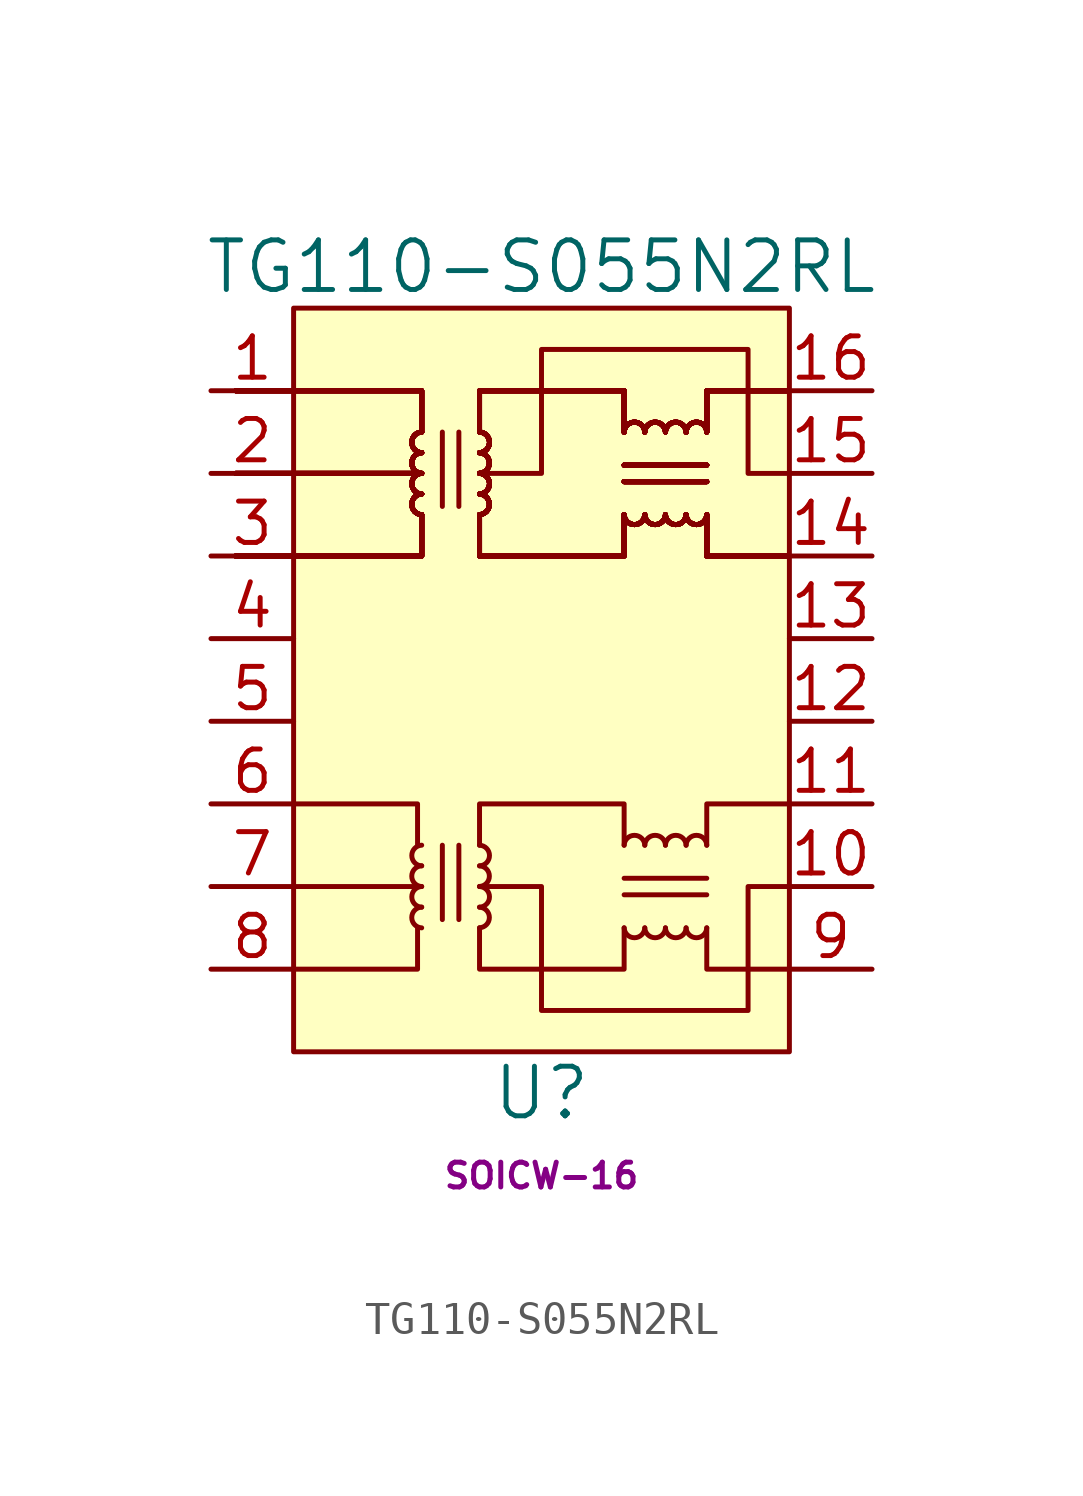
<source format=kicad_sym>
(kicad_symbol_lib
  (version 20220914)
  (generator kicad_symbol_editor)
  (symbol "TG110-S055N2RL"
    (pin_names
      (offset 1.016))
    (property "Reference" "U"
      (at 1.27 -12.7 0)
      (effects (font (size 1.524 1.524))))
    (property "Value" "TG110-S055N2RL"
      (at 1.27 12.7 0)
      (effects (font (size 1.524 1.524))))
    (property "Footprint" "SOICW-16"
      (at 1.27 -15.24 0)
      (effects (font (size 0.762 0.762))))
    (property "Datasheet" ""
      (at 0 0 0)
      (effects (font (size 1.524 1.524))))
    (symbol "TG110-S055N2RL_0_1"
      (arc (start -2.413 -6.985) (mid -2.7181 -7.3025) (end -2.413 -7.62) (stroke (width 0) (type default)) (fill (type none)))
      (arc (start -2.413 -6.35) (mid -2.7181 -6.6675) (end -2.413 -6.985) (stroke (width 0) (type default)) (fill (type none)))
      (arc (start -2.413 -5.715) (mid -2.7181 -6.0325) (end -2.413 -6.35) (stroke (width 0) (type default)) (fill (type none)))
      (arc (start -2.413 -5.08) (mid -2.7181 -5.3975) (end -2.413 -5.715) (stroke (width 0) (type default)) (fill (type none)))
      (arc (start -2.413 5.715) (mid -2.7181 5.3975) (end -2.413 5.08) (stroke (width 0) (type default)) (fill (type none)))
      (arc (start -2.413 5.715) (mid -2.7181 5.3975) (end -2.413 5.08) (stroke (width 0) (type default)) (fill (type none)))
      (arc (start -2.413 5.715) (mid -2.7181 5.3975) (end -2.413 5.08) (stroke (width 0) (type default)) (fill (type none)))
      (arc (start -2.413 5.715) (mid -2.7181 5.3975) (end -2.413 5.08) (stroke (width 0) (type default)) (fill (type none)))
      (arc (start -2.413 5.715) (mid -2.7181 5.3975) (end -2.413 5.08) (stroke (width 0) (type default)) (fill (type none)))
      (arc (start -2.413 5.715) (mid -2.7181 5.3975) (end -2.413 5.08) (stroke (width 0) (type default)) (fill (type none)))
      (arc (start -2.413 5.715) (mid -2.7181 5.3975) (end -2.413 5.08) (stroke (width 0) (type default)) (fill (type none)))
      (arc (start -2.413 5.715) (mid -2.7181 5.3975) (end -2.413 5.08) (stroke (width 0) (type default)) (fill (type none)))
      (arc (start -2.413 5.715) (mid -2.7181 5.3975) (end -2.413 5.08) (stroke (width 0) (type default)) (fill (type none)))
      (arc (start -2.413 5.715) (mid -2.7181 5.3975) (end -2.413 5.08) (stroke (width 0) (type default)) (fill (type none)))
      (arc (start -2.413 5.715) (mid -2.7181 5.3975) (end -2.413 5.08) (stroke (width 0) (type default)) (fill (type none)))
      (arc (start -2.413 5.715) (mid -2.7181 5.3975) (end -2.413 5.08) (stroke (width 0) (type default)) (fill (type none)))
      (arc (start -2.413 5.715) (mid -2.7181 5.3975) (end -2.413 5.08) (stroke (width 0) (type default)) (fill (type none)))
      (arc (start -2.413 5.715) (mid -2.7181 5.3975) (end -2.413 5.08) (stroke (width 0) (type default)) (fill (type none)))
      (arc (start -2.413 5.715) (mid -2.7181 5.3975) (end -2.413 5.08) (stroke (width 0) (type default)) (fill (type none)))
      (arc (start -2.413 5.715) (mid -2.7181 5.3975) (end -2.413 5.08) (stroke (width 0) (type default)) (fill (type none)))
      (arc (start -2.413 6.35) (mid -2.7181 6.0325) (end -2.413 5.715) (stroke (width 0) (type default)) (fill (type none)))
      (arc (start -2.413 6.35) (mid -2.7181 6.0325) (end -2.413 5.715) (stroke (width 0) (type default)) (fill (type none)))
      (arc (start -2.413 6.35) (mid -2.7181 6.0325) (end -2.413 5.715) (stroke (width 0) (type default)) (fill (type none)))
      (arc (start -2.413 6.35) (mid -2.7181 6.0325) (end -2.413 5.715) (stroke (width 0) (type default)) (fill (type none)))
      (arc (start -2.413 6.35) (mid -2.7181 6.0325) (end -2.413 5.715) (stroke (width 0) (type default)) (fill (type none)))
      (arc (start -2.413 6.35) (mid -2.7181 6.0325) (end -2.413 5.715) (stroke (width 0) (type default)) (fill (type none)))
      (arc (start -2.413 6.35) (mid -2.7181 6.0325) (end -2.413 5.715) (stroke (width 0) (type default)) (fill (type none)))
      (arc (start -2.413 6.35) (mid -2.7181 6.0325) (end -2.413 5.715) (stroke (width 0) (type default)) (fill (type none)))
      (arc (start -2.413 6.35) (mid -2.7181 6.0325) (end -2.413 5.715) (stroke (width 0) (type default)) (fill (type none)))
      (arc (start -2.413 6.35) (mid -2.7181 6.0325) (end -2.413 5.715) (stroke (width 0) (type default)) (fill (type none)))
      (arc (start -2.413 6.35) (mid -2.7181 6.0325) (end -2.413 5.715) (stroke (width 0) (type default)) (fill (type none)))
      (arc (start -2.413 6.35) (mid -2.7181 6.0325) (end -2.413 5.715) (stroke (width 0) (type default)) (fill (type none)))
      (arc (start -2.413 6.35) (mid -2.7181 6.0325) (end -2.413 5.715) (stroke (width 0) (type default)) (fill (type none)))
      (arc (start -2.413 6.35) (mid -2.7181 6.0325) (end -2.413 5.715) (stroke (width 0) (type default)) (fill (type none)))
      (arc (start -2.413 6.35) (mid -2.7181 6.0325) (end -2.413 5.715) (stroke (width 0) (type default)) (fill (type none)))
      (arc (start -2.413 6.35) (mid -2.7181 6.0325) (end -2.413 5.715) (stroke (width 0) (type default)) (fill (type none)))
      (arc (start -2.413 6.985) (mid -2.7181 6.6675) (end -2.413 6.35) (stroke (width 0) (type default)) (fill (type none)))
      (arc (start -2.413 6.985) (mid -2.7181 6.6675) (end -2.413 6.35) (stroke (width 0) (type default)) (fill (type none)))
      (arc (start -2.413 6.985) (mid -2.7181 6.6675) (end -2.413 6.35) (stroke (width 0) (type default)) (fill (type none)))
      (arc (start -2.413 6.985) (mid -2.7181 6.6675) (end -2.413 6.35) (stroke (width 0) (type default)) (fill (type none)))
      (arc (start -2.413 6.985) (mid -2.7181 6.6675) (end -2.413 6.35) (stroke (width 0) (type default)) (fill (type none)))
      (arc (start -2.413 6.985) (mid -2.7181 6.6675) (end -2.413 6.35) (stroke (width 0) (type default)) (fill (type none)))
      (arc (start -2.413 6.985) (mid -2.7181 6.6675) (end -2.413 6.35) (stroke (width 0) (type default)) (fill (type none)))
      (arc (start -2.413 6.985) (mid -2.7181 6.6675) (end -2.413 6.35) (stroke (width 0) (type default)) (fill (type none)))
      (arc (start -2.413 6.985) (mid -2.7181 6.6675) (end -2.413 6.35) (stroke (width 0) (type default)) (fill (type none)))
      (arc (start -2.413 6.985) (mid -2.7181 6.6675) (end -2.413 6.35) (stroke (width 0) (type default)) (fill (type none)))
      (arc (start -2.413 6.985) (mid -2.7181 6.6675) (end -2.413 6.35) (stroke (width 0) (type default)) (fill (type none)))
      (arc (start -2.413 6.985) (mid -2.7181 6.6675) (end -2.413 6.35) (stroke (width 0) (type default)) (fill (type none)))
      (arc (start -2.413 6.985) (mid -2.7181 6.6675) (end -2.413 6.35) (stroke (width 0) (type default)) (fill (type none)))
      (arc (start -2.413 6.985) (mid -2.7181 6.6675) (end -2.413 6.35) (stroke (width 0) (type default)) (fill (type none)))
      (arc (start -2.413 6.985) (mid -2.7181 6.6675) (end -2.413 6.35) (stroke (width 0) (type default)) (fill (type none)))
      (arc (start -2.413 6.985) (mid -2.7181 6.6675) (end -2.413 6.35) (stroke (width 0) (type default)) (fill (type none)))
      (arc (start -2.413 7.62) (mid -2.7181 7.3025) (end -2.413 6.985) (stroke (width 0) (type default)) (fill (type none)))
      (arc (start -2.413 7.62) (mid -2.7181 7.3025) (end -2.413 6.985) (stroke (width 0) (type default)) (fill (type none)))
      (arc (start -2.413 7.62) (mid -2.7181 7.3025) (end -2.413 6.985) (stroke (width 0) (type default)) (fill (type none)))
      (arc (start -2.413 7.62) (mid -2.7181 7.3025) (end -2.413 6.985) (stroke (width 0) (type default)) (fill (type none)))
      (arc (start -2.413 7.62) (mid -2.7181 7.3025) (end -2.413 6.985) (stroke (width 0) (type default)) (fill (type none)))
      (arc (start -2.413 7.62) (mid -2.7181 7.3025) (end -2.413 6.985) (stroke (width 0) (type default)) (fill (type none)))
      (arc (start -2.413 7.62) (mid -2.7181 7.3025) (end -2.413 6.985) (stroke (width 0) (type default)) (fill (type none)))
      (arc (start -2.413 7.62) (mid -2.7181 7.3025) (end -2.413 6.985) (stroke (width 0) (type default)) (fill (type none)))
      (arc (start -2.413 7.62) (mid -2.7181 7.3025) (end -2.413 6.985) (stroke (width 0) (type default)) (fill (type none)))
      (arc (start -2.413 7.62) (mid -2.7181 7.3025) (end -2.413 6.985) (stroke (width 0) (type default)) (fill (type none)))
      (arc (start -2.413 7.62) (mid -2.7181 7.3025) (end -2.413 6.985) (stroke (width 0) (type default)) (fill (type none)))
      (arc (start -2.413 7.62) (mid -2.7181 7.3025) (end -2.413 6.985) (stroke (width 0) (type default)) (fill (type none)))
      (arc (start -2.413 7.62) (mid -2.7181 7.3025) (end -2.413 6.985) (stroke (width 0) (type default)) (fill (type none)))
      (arc (start -2.413 7.62) (mid -2.7181 7.3025) (end -2.413 6.985) (stroke (width 0) (type default)) (fill (type none)))
      (arc (start -2.413 7.62) (mid -2.7181 7.3025) (end -2.413 6.985) (stroke (width 0) (type default)) (fill (type none)))
      (arc (start -2.413 7.62) (mid -2.7181 7.3025) (end -2.413 6.985) (stroke (width 0) (type default)) (fill (type none)))
      (arc (start -0.635 -7.62) (mid -0.3299 -7.3025) (end -0.635 -6.985) (stroke (width 0) (type default)) (fill (type none)))
      (arc (start -0.635 -6.985) (mid -0.3299 -6.6675) (end -0.635 -6.35) (stroke (width 0) (type default)) (fill (type none)))
      (arc (start -0.635 -6.35) (mid -0.3299 -6.0325) (end -0.635 -5.715) (stroke (width 0) (type default)) (fill (type none)))
      (arc (start -0.635 -5.715) (mid -0.3299 -5.3975) (end -0.635 -5.08) (stroke (width 0) (type default)) (fill (type none)))
      (arc (start -0.635 5.08) (mid -0.3299 5.3975) (end -0.635 5.715) (stroke (width 0) (type default)) (fill (type none)))
      (arc (start -0.635 5.08) (mid -0.3299 5.3975) (end -0.635 5.715) (stroke (width 0) (type default)) (fill (type none)))
      (arc (start -0.635 5.08) (mid -0.3299 5.3975) (end -0.635 5.715) (stroke (width 0) (type default)) (fill (type none)))
      (arc (start -0.635 5.08) (mid -0.3299 5.3975) (end -0.635 5.715) (stroke (width 0) (type default)) (fill (type none)))
      (arc (start -0.635 5.08) (mid -0.3299 5.3975) (end -0.635 5.715) (stroke (width 0) (type default)) (fill (type none)))
      (arc (start -0.635 5.08) (mid -0.3299 5.3975) (end -0.635 5.715) (stroke (width 0) (type default)) (fill (type none)))
      (arc (start -0.635 5.08) (mid -0.3299 5.3975) (end -0.635 5.715) (stroke (width 0) (type default)) (fill (type none)))
      (arc (start -0.635 5.08) (mid -0.3299 5.3975) (end -0.635 5.715) (stroke (width 0) (type default)) (fill (type none)))
      (arc (start -0.635 5.08) (mid -0.3299 5.3975) (end -0.635 5.715) (stroke (width 0) (type default)) (fill (type none)))
      (arc (start -0.635 5.08) (mid -0.3299 5.3975) (end -0.635 5.715) (stroke (width 0) (type default)) (fill (type none)))
      (arc (start -0.635 5.08) (mid -0.3299 5.3975) (end -0.635 5.715) (stroke (width 0) (type default)) (fill (type none)))
      (arc (start -0.635 5.08) (mid -0.3299 5.3975) (end -0.635 5.715) (stroke (width 0) (type default)) (fill (type none)))
      (arc (start -0.635 5.08) (mid -0.3299 5.3975) (end -0.635 5.715) (stroke (width 0) (type default)) (fill (type none)))
      (arc (start -0.635 5.08) (mid -0.3299 5.3975) (end -0.635 5.715) (stroke (width 0) (type default)) (fill (type none)))
      (arc (start -0.635 5.08) (mid -0.3299 5.3975) (end -0.635 5.715) (stroke (width 0) (type default)) (fill (type none)))
      (arc (start -0.635 5.08) (mid -0.3299 5.3975) (end -0.635 5.715) (stroke (width 0) (type default)) (fill (type none)))
      (arc (start -0.635 5.715) (mid -0.3299 6.0325) (end -0.635 6.35) (stroke (width 0) (type default)) (fill (type none)))
      (arc (start -0.635 5.715) (mid -0.3299 6.0325) (end -0.635 6.35) (stroke (width 0) (type default)) (fill (type none)))
      (arc (start -0.635 5.715) (mid -0.3299 6.0325) (end -0.635 6.35) (stroke (width 0) (type default)) (fill (type none)))
      (arc (start -0.635 5.715) (mid -0.3299 6.0325) (end -0.635 6.35) (stroke (width 0) (type default)) (fill (type none)))
      (arc (start -0.635 5.715) (mid -0.3299 6.0325) (end -0.635 6.35) (stroke (width 0) (type default)) (fill (type none)))
      (arc (start -0.635 5.715) (mid -0.3299 6.0325) (end -0.635 6.35) (stroke (width 0) (type default)) (fill (type none)))
      (arc (start -0.635 5.715) (mid -0.3299 6.0325) (end -0.635 6.35) (stroke (width 0) (type default)) (fill (type none)))
      (arc (start -0.635 5.715) (mid -0.3299 6.0325) (end -0.635 6.35) (stroke (width 0) (type default)) (fill (type none)))
      (arc (start -0.635 5.715) (mid -0.3299 6.0325) (end -0.635 6.35) (stroke (width 0) (type default)) (fill (type none)))
      (arc (start -0.635 5.715) (mid -0.3299 6.0325) (end -0.635 6.35) (stroke (width 0) (type default)) (fill (type none)))
      (arc (start -0.635 5.715) (mid -0.3299 6.0325) (end -0.635 6.35) (stroke (width 0) (type default)) (fill (type none)))
      (arc (start -0.635 5.715) (mid -0.3299 6.0325) (end -0.635 6.35) (stroke (width 0) (type default)) (fill (type none)))
      (arc (start -0.635 5.715) (mid -0.3299 6.0325) (end -0.635 6.35) (stroke (width 0) (type default)) (fill (type none)))
      (arc (start -0.635 5.715) (mid -0.3299 6.0325) (end -0.635 6.35) (stroke (width 0) (type default)) (fill (type none)))
      (arc (start -0.635 5.715) (mid -0.3299 6.0325) (end -0.635 6.35) (stroke (width 0) (type default)) (fill (type none)))
      (arc (start -0.635 5.715) (mid -0.3299 6.0325) (end -0.635 6.35) (stroke (width 0) (type default)) (fill (type none)))
      (arc (start -0.635 6.35) (mid -0.3299 6.6675) (end -0.635 6.985) (stroke (width 0) (type default)) (fill (type none)))
      (arc (start -0.635 6.35) (mid -0.3299 6.6675) (end -0.635 6.985) (stroke (width 0) (type default)) (fill (type none)))
      (arc (start -0.635 6.35) (mid -0.3299 6.6675) (end -0.635 6.985) (stroke (width 0) (type default)) (fill (type none)))
      (arc (start -0.635 6.35) (mid -0.3299 6.6675) (end -0.635 6.985) (stroke (width 0) (type default)) (fill (type none)))
      (arc (start -0.635 6.35) (mid -0.3299 6.6675) (end -0.635 6.985) (stroke (width 0) (type default)) (fill (type none)))
      (arc (start -0.635 6.35) (mid -0.3299 6.6675) (end -0.635 6.985) (stroke (width 0) (type default)) (fill (type none)))
      (arc (start -0.635 6.35) (mid -0.3299 6.6675) (end -0.635 6.985) (stroke (width 0) (type default)) (fill (type none)))
      (arc (start -0.635 6.35) (mid -0.3299 6.6675) (end -0.635 6.985) (stroke (width 0) (type default)) (fill (type none)))
      (arc (start -0.635 6.35) (mid -0.3299 6.6675) (end -0.635 6.985) (stroke (width 0) (type default)) (fill (type none)))
      (arc (start -0.635 6.35) (mid -0.3299 6.6675) (end -0.635 6.985) (stroke (width 0) (type default)) (fill (type none)))
      (arc (start -0.635 6.35) (mid -0.3299 6.6675) (end -0.635 6.985) (stroke (width 0) (type default)) (fill (type none)))
      (arc (start -0.635 6.35) (mid -0.3299 6.6675) (end -0.635 6.985) (stroke (width 0) (type default)) (fill (type none)))
      (arc (start -0.635 6.35) (mid -0.3299 6.6675) (end -0.635 6.985) (stroke (width 0) (type default)) (fill (type none)))
      (arc (start -0.635 6.35) (mid -0.3299 6.6675) (end -0.635 6.985) (stroke (width 0) (type default)) (fill (type none)))
      (arc (start -0.635 6.35) (mid -0.3299 6.6675) (end -0.635 6.985) (stroke (width 0) (type default)) (fill (type none)))
      (arc (start -0.635 6.35) (mid -0.3299 6.6675) (end -0.635 6.985) (stroke (width 0) (type default)) (fill (type none)))
      (arc (start -0.635 6.985) (mid -0.3299 7.3025) (end -0.635 7.62) (stroke (width 0) (type default)) (fill (type none)))
      (arc (start -0.635 6.985) (mid -0.3299 7.3025) (end -0.635 7.62) (stroke (width 0) (type default)) (fill (type none)))
      (arc (start -0.635 6.985) (mid -0.3299 7.3025) (end -0.635 7.62) (stroke (width 0) (type default)) (fill (type none)))
      (arc (start -0.635 6.985) (mid -0.3299 7.3025) (end -0.635 7.62) (stroke (width 0) (type default)) (fill (type none)))
      (arc (start -0.635 6.985) (mid -0.3299 7.3025) (end -0.635 7.62) (stroke (width 0) (type default)) (fill (type none)))
      (arc (start -0.635 6.985) (mid -0.3299 7.3025) (end -0.635 7.62) (stroke (width 0) (type default)) (fill (type none)))
      (arc (start -0.635 6.985) (mid -0.3299 7.3025) (end -0.635 7.62) (stroke (width 0) (type default)) (fill (type none)))
      (arc (start -0.635 6.985) (mid -0.3299 7.3025) (end -0.635 7.62) (stroke (width 0) (type default)) (fill (type none)))
      (arc (start -0.635 6.985) (mid -0.3299 7.3025) (end -0.635 7.62) (stroke (width 0) (type default)) (fill (type none)))
      (arc (start -0.635 6.985) (mid -0.3299 7.3025) (end -0.635 7.62) (stroke (width 0) (type default)) (fill (type none)))
      (arc (start -0.635 6.985) (mid -0.3299 7.3025) (end -0.635 7.62) (stroke (width 0) (type default)) (fill (type none)))
      (arc (start -0.635 6.985) (mid -0.3299 7.3025) (end -0.635 7.62) (stroke (width 0) (type default)) (fill (type none)))
      (arc (start -0.635 6.985) (mid -0.3299 7.3025) (end -0.635 7.62) (stroke (width 0) (type default)) (fill (type none)))
      (arc (start -0.635 6.985) (mid -0.3299 7.3025) (end -0.635 7.62) (stroke (width 0) (type default)) (fill (type none)))
      (arc (start -0.635 6.985) (mid -0.3299 7.3025) (end -0.635 7.62) (stroke (width 0) (type default)) (fill (type none)))
      (arc (start -0.635 6.985) (mid -0.3299 7.3025) (end -0.635 7.62) (stroke (width 0) (type default)) (fill (type none)))
      (polyline (pts (xy -6.35 -6.35) (xy -2.54 -6.35) (xy -2.54 -6.35)) (stroke (width 0) (type default)) (fill (type none)))
      (polyline (pts (xy -2.413 6.35) (xy -8.128 6.35) (xy -8.128 6.35)) (stroke (width 0) (type default)) (fill (type none)))
      (polyline (pts (xy -2.413 6.35) (xy -8.128 6.35) (xy -8.128 6.35)) (stroke (width 0) (type default)) (fill (type none)))
      (polyline (pts (xy -2.413 6.35) (xy -8.128 6.35) (xy -8.128 6.35)) (stroke (width 0) (type default)) (fill (type none)))
      (polyline (pts (xy -2.413 6.35) (xy -8.128 6.35) (xy -8.128 6.35)) (stroke (width 0) (type default)) (fill (type none)))
      (polyline (pts (xy -2.413 6.35) (xy -8.128 6.35) (xy -8.128 6.35)) (stroke (width 0) (type default)) (fill (type none)))
      (polyline (pts (xy -2.413 6.35) (xy -8.128 6.35) (xy -8.128 6.35)) (stroke (width 0) (type default)) (fill (type none)))
      (polyline (pts (xy -2.413 6.35) (xy -8.128 6.35) (xy -8.128 6.35)) (stroke (width 0) (type default)) (fill (type none)))
      (polyline (pts (xy -2.413 6.35) (xy -8.128 6.35) (xy -8.128 6.35)) (stroke (width 0) (type default)) (fill (type none)))
      (polyline (pts (xy -2.413 6.35) (xy -8.128 6.35) (xy -8.128 6.35)) (stroke (width 0) (type default)) (fill (type none)))
      (polyline (pts (xy -2.413 6.35) (xy -8.128 6.35) (xy -8.128 6.35)) (stroke (width 0) (type default)) (fill (type none)))
      (polyline (pts (xy -2.413 6.35) (xy -8.128 6.35) (xy -8.128 6.35)) (stroke (width 0) (type default)) (fill (type none)))
      (polyline (pts (xy -2.413 6.35) (xy -8.128 6.35) (xy -8.128 6.35)) (stroke (width 0) (type default)) (fill (type none)))
      (polyline (pts (xy -2.413 6.35) (xy -8.128 6.35) (xy -8.128 6.35)) (stroke (width 0) (type default)) (fill (type none)))
      (polyline (pts (xy -2.413 6.35) (xy -8.128 6.35) (xy -8.128 6.35)) (stroke (width 0) (type default)) (fill (type none)))
      (polyline (pts (xy -2.413 6.35) (xy -8.128 6.35) (xy -8.128 6.35)) (stroke (width 0) (type default)) (fill (type none)))
      (polyline (pts (xy -2.413 6.35) (xy -8.128 6.35) (xy -8.128 6.35)) (stroke (width 0) (type default)) (fill (type none)))
      (polyline (pts (xy -1.778 -5.08) (xy -1.778 -7.366) (xy -1.778 -7.366)) (stroke (width 0) (type default)) (fill (type none)))
      (polyline (pts (xy -1.778 7.62) (xy -1.778 5.334) (xy -1.778 5.334)) (stroke (width 0) (type default)) (fill (type none)))
      (polyline (pts (xy -1.27 -5.08) (xy -1.27 -7.366) (xy -1.27 -7.366)) (stroke (width 0) (type default)) (fill (type none)))
      (polyline (pts (xy -1.27 7.62) (xy -1.27 5.334) (xy -1.27 5.334)) (stroke (width 0) (type default)) (fill (type none)))
      (polyline (pts (xy 6.35 -6.604) (xy 3.81 -6.604) (xy 3.81 -6.604)) (stroke (width 0) (type default)) (fill (type none)))
      (polyline (pts (xy 6.35 -6.096) (xy 3.81 -6.096) (xy 3.81 -6.096)) (stroke (width 0) (type default)) (fill (type none)))
      (polyline (pts (xy 6.35 6.096) (xy 3.81 6.096) (xy 3.81 6.096)) (stroke (width 0) (type default)) (fill (type none)))
      (polyline (pts (xy 6.35 6.096) (xy 3.81 6.096) (xy 3.81 6.096)) (stroke (width 0) (type default)) (fill (type none)))
      (polyline (pts (xy 6.35 6.096) (xy 3.81 6.096) (xy 3.81 6.096)) (stroke (width 0) (type default)) (fill (type none)))
      (polyline (pts (xy 6.35 6.096) (xy 3.81 6.096) (xy 3.81 6.096)) (stroke (width 0) (type default)) (fill (type none)))
      (polyline (pts (xy 6.35 6.096) (xy 3.81 6.096) (xy 3.81 6.096)) (stroke (width 0) (type default)) (fill (type none)))
      (polyline (pts (xy 6.35 6.096) (xy 3.81 6.096) (xy 3.81 6.096)) (stroke (width 0) (type default)) (fill (type none)))
      (polyline (pts (xy 6.35 6.096) (xy 3.81 6.096) (xy 3.81 6.096)) (stroke (width 0) (type default)) (fill (type none)))
      (polyline (pts (xy 6.35 6.096) (xy 3.81 6.096) (xy 3.81 6.096)) (stroke (width 0) (type default)) (fill (type none)))
      (polyline (pts (xy 6.35 6.096) (xy 3.81 6.096) (xy 3.81 6.096)) (stroke (width 0) (type default)) (fill (type none)))
      (polyline (pts (xy 6.35 6.096) (xy 3.81 6.096) (xy 3.81 6.096)) (stroke (width 0) (type default)) (fill (type none)))
      (polyline (pts (xy 6.35 6.096) (xy 3.81 6.096) (xy 3.81 6.096)) (stroke (width 0) (type default)) (fill (type none)))
      (polyline (pts (xy 6.35 6.096) (xy 3.81 6.096) (xy 3.81 6.096)) (stroke (width 0) (type default)) (fill (type none)))
      (polyline (pts (xy 6.35 6.096) (xy 3.81 6.096) (xy 3.81 6.096)) (stroke (width 0) (type default)) (fill (type none)))
      (polyline (pts (xy 6.35 6.096) (xy 3.81 6.096) (xy 3.81 6.096)) (stroke (width 0) (type default)) (fill (type none)))
      (polyline (pts (xy 6.35 6.096) (xy 3.81 6.096) (xy 3.81 6.096)) (stroke (width 0) (type default)) (fill (type none)))
      (polyline (pts (xy 6.35 6.096) (xy 3.81 6.096) (xy 3.81 6.096)) (stroke (width 0) (type default)) (fill (type none)))
      (polyline (pts (xy 6.35 6.604) (xy 3.81 6.604) (xy 3.81 6.604)) (stroke (width 0) (type default)) (fill (type none)))
      (polyline (pts (xy 6.35 6.604) (xy 3.81 6.604) (xy 3.81 6.604)) (stroke (width 0) (type default)) (fill (type none)))
      (polyline (pts (xy 6.35 6.604) (xy 3.81 6.604) (xy 3.81 6.604)) (stroke (width 0) (type default)) (fill (type none)))
      (polyline (pts (xy 6.35 6.604) (xy 3.81 6.604) (xy 3.81 6.604)) (stroke (width 0) (type default)) (fill (type none)))
      (polyline (pts (xy 6.35 6.604) (xy 3.81 6.604) (xy 3.81 6.604)) (stroke (width 0) (type default)) (fill (type none)))
      (polyline (pts (xy 6.35 6.604) (xy 3.81 6.604) (xy 3.81 6.604)) (stroke (width 0) (type default)) (fill (type none)))
      (polyline (pts (xy 6.35 6.604) (xy 3.81 6.604) (xy 3.81 6.604)) (stroke (width 0) (type default)) (fill (type none)))
      (polyline (pts (xy 6.35 6.604) (xy 3.81 6.604) (xy 3.81 6.604)) (stroke (width 0) (type default)) (fill (type none)))
      (polyline (pts (xy 6.35 6.604) (xy 3.81 6.604) (xy 3.81 6.604)) (stroke (width 0) (type default)) (fill (type none)))
      (polyline (pts (xy 6.35 6.604) (xy 3.81 6.604) (xy 3.81 6.604)) (stroke (width 0) (type default)) (fill (type none)))
      (polyline (pts (xy 6.35 6.604) (xy 3.81 6.604) (xy 3.81 6.604)) (stroke (width 0) (type default)) (fill (type none)))
      (polyline (pts (xy 6.35 6.604) (xy 3.81 6.604) (xy 3.81 6.604)) (stroke (width 0) (type default)) (fill (type none)))
      (polyline (pts (xy 6.35 6.604) (xy 3.81 6.604) (xy 3.81 6.604)) (stroke (width 0) (type default)) (fill (type none)))
      (polyline (pts (xy 6.35 6.604) (xy 3.81 6.604) (xy 3.81 6.604)) (stroke (width 0) (type default)) (fill (type none)))
      (polyline (pts (xy 6.35 6.604) (xy 3.81 6.604) (xy 3.81 6.604)) (stroke (width 0) (type default)) (fill (type none)))
      (polyline (pts (xy 6.35 6.604) (xy 3.81 6.604) (xy 3.81 6.604)) (stroke (width 0) (type default)) (fill (type none)))
      (polyline (pts (xy -8.128 3.81) (xy -2.413 3.81) (xy -2.413 5.08) (xy -2.413 5.08)) (stroke (width 0) (type default)) (fill (type none)))
      (polyline (pts (xy -8.128 3.81) (xy -2.413 3.81) (xy -2.413 5.08) (xy -2.413 5.08)) (stroke (width 0) (type default)) (fill (type none)))
      (polyline (pts (xy -8.128 3.81) (xy -2.413 3.81) (xy -2.413 5.08) (xy -2.413 5.08)) (stroke (width 0) (type default)) (fill (type none)))
      (polyline (pts (xy -8.128 3.81) (xy -2.413 3.81) (xy -2.413 5.08) (xy -2.413 5.08)) (stroke (width 0) (type default)) (fill (type none)))
      (polyline (pts (xy -8.128 3.81) (xy -2.413 3.81) (xy -2.413 5.08) (xy -2.413 5.08)) (stroke (width 0) (type default)) (fill (type none)))
      (polyline (pts (xy -8.128 3.81) (xy -2.413 3.81) (xy -2.413 5.08) (xy -2.413 5.08)) (stroke (width 0) (type default)) (fill (type none)))
      (polyline (pts (xy -8.128 3.81) (xy -2.413 3.81) (xy -2.413 5.08) (xy -2.413 5.08)) (stroke (width 0) (type default)) (fill (type none)))
      (polyline (pts (xy -8.128 3.81) (xy -2.413 3.81) (xy -2.413 5.08) (xy -2.413 5.08)) (stroke (width 0) (type default)) (fill (type none)))
      (polyline (pts (xy -8.128 3.81) (xy -2.413 3.81) (xy -2.413 5.08) (xy -2.413 5.08)) (stroke (width 0) (type default)) (fill (type none)))
      (polyline (pts (xy -8.128 3.81) (xy -2.413 3.81) (xy -2.413 5.08) (xy -2.413 5.08)) (stroke (width 0) (type default)) (fill (type none)))
      (polyline (pts (xy -8.128 3.81) (xy -2.413 3.81) (xy -2.413 5.08) (xy -2.413 5.08)) (stroke (width 0) (type default)) (fill (type none)))
      (polyline (pts (xy -8.128 3.81) (xy -2.413 3.81) (xy -2.413 5.08) (xy -2.413 5.08)) (stroke (width 0) (type default)) (fill (type none)))
      (polyline (pts (xy -8.128 3.81) (xy -2.413 3.81) (xy -2.413 5.08) (xy -2.413 5.08)) (stroke (width 0) (type default)) (fill (type none)))
      (polyline (pts (xy -8.128 3.81) (xy -2.413 3.81) (xy -2.413 5.08) (xy -2.413 5.08)) (stroke (width 0) (type default)) (fill (type none)))
      (polyline (pts (xy -8.128 3.81) (xy -2.413 3.81) (xy -2.413 5.08) (xy -2.413 5.08)) (stroke (width 0) (type default)) (fill (type none)))
      (polyline (pts (xy -8.128 3.81) (xy -2.413 3.81) (xy -2.413 5.08) (xy -2.413 5.08)) (stroke (width 0) (type default)) (fill (type none)))
      (polyline (pts (xy -6.35 -8.89) (xy -2.54 -8.89) (xy -2.54 -7.62) (xy -2.54 -7.62)) (stroke (width 0) (type default)) (fill (type none)))
      (polyline (pts (xy -2.54 -5.08) (xy -2.54 -3.81) (xy -6.35 -3.81) (xy -6.35 -3.81)) (stroke (width 0) (type default)) (fill (type none)))
      (polyline (pts (xy -2.413 7.62) (xy -2.413 8.89) (xy -8.128 8.89) (xy -8.128 8.89)) (stroke (width 0) (type default)) (fill (type none)))
      (polyline (pts (xy -2.413 7.62) (xy -2.413 8.89) (xy -8.128 8.89) (xy -8.128 8.89)) (stroke (width 0) (type default)) (fill (type none)))
      (polyline (pts (xy -2.413 7.62) (xy -2.413 8.89) (xy -8.128 8.89) (xy -8.128 8.89)) (stroke (width 0) (type default)) (fill (type none)))
      (polyline (pts (xy -2.413 7.62) (xy -2.413 8.89) (xy -8.128 8.89) (xy -8.128 8.89)) (stroke (width 0) (type default)) (fill (type none)))
      (polyline (pts (xy -2.413 7.62) (xy -2.413 8.89) (xy -8.128 8.89) (xy -8.128 8.89)) (stroke (width 0) (type default)) (fill (type none)))
      (polyline (pts (xy -2.413 7.62) (xy -2.413 8.89) (xy -8.128 8.89) (xy -8.128 8.89)) (stroke (width 0) (type default)) (fill (type none)))
      (polyline (pts (xy -2.413 7.62) (xy -2.413 8.89) (xy -8.128 8.89) (xy -8.128 8.89)) (stroke (width 0) (type default)) (fill (type none)))
      (polyline (pts (xy -2.413 7.62) (xy -2.413 8.89) (xy -8.128 8.89) (xy -8.128 8.89)) (stroke (width 0) (type default)) (fill (type none)))
      (polyline (pts (xy -2.413 7.62) (xy -2.413 8.89) (xy -8.128 8.89) (xy -8.128 8.89)) (stroke (width 0) (type default)) (fill (type none)))
      (polyline (pts (xy -2.413 7.62) (xy -2.413 8.89) (xy -8.128 8.89) (xy -8.128 8.89)) (stroke (width 0) (type default)) (fill (type none)))
      (polyline (pts (xy -2.413 7.62) (xy -2.413 8.89) (xy -8.128 8.89) (xy -8.128 8.89)) (stroke (width 0) (type default)) (fill (type none)))
      (polyline (pts (xy -2.413 7.62) (xy -2.413 8.89) (xy -8.128 8.89) (xy -8.128 8.89)) (stroke (width 0) (type default)) (fill (type none)))
      (polyline (pts (xy -2.413 7.62) (xy -2.413 8.89) (xy -8.128 8.89) (xy -8.128 8.89)) (stroke (width 0) (type default)) (fill (type none)))
      (polyline (pts (xy -2.413 7.62) (xy -2.413 8.89) (xy -8.128 8.89) (xy -8.128 8.89)) (stroke (width 0) (type default)) (fill (type none)))
      (polyline (pts (xy 8.89 -8.89) (xy 6.35 -8.89) (xy 6.35 -7.62) (xy 6.35 -7.62)) (stroke (width 0) (type default)) (fill (type none)))
      (polyline (pts (xy 8.89 -3.81) (xy 6.35 -3.81) (xy 6.35 -5.08) (xy 6.35 -5.08)) (stroke (width 0) (type default)) (fill (type none)))
      (polyline (pts (xy 8.89 3.81) (xy 6.35 3.81) (xy 6.35 5.08) (xy 6.35 5.08)) (stroke (width 0) (type default)) (fill (type none)))
      (polyline (pts (xy 8.89 3.81) (xy 6.35 3.81) (xy 6.35 5.08) (xy 6.35 5.08)) (stroke (width 0) (type default)) (fill (type none)))
      (polyline (pts (xy 8.89 3.81) (xy 6.35 3.81) (xy 6.35 5.08) (xy 6.35 5.08)) (stroke (width 0) (type default)) (fill (type none)))
      (polyline (pts (xy 8.89 3.81) (xy 6.35 3.81) (xy 6.35 5.08) (xy 6.35 5.08)) (stroke (width 0) (type default)) (fill (type none)))
      (polyline (pts (xy 8.89 3.81) (xy 6.35 3.81) (xy 6.35 5.08) (xy 6.35 5.08)) (stroke (width 0) (type default)) (fill (type none)))
      (polyline (pts (xy 8.89 3.81) (xy 6.35 3.81) (xy 6.35 5.08) (xy 6.35 5.08)) (stroke (width 0) (type default)) (fill (type none)))
      (polyline (pts (xy 8.89 3.81) (xy 6.35 3.81) (xy 6.35 5.08) (xy 6.35 5.08)) (stroke (width 0) (type default)) (fill (type none)))
      (polyline (pts (xy 8.89 3.81) (xy 6.35 3.81) (xy 6.35 5.08) (xy 6.35 5.08)) (stroke (width 0) (type default)) (fill (type none)))
      (polyline (pts (xy 8.89 3.81) (xy 6.35 3.81) (xy 6.35 5.08) (xy 6.35 5.08)) (stroke (width 0) (type default)) (fill (type none)))
      (polyline (pts (xy 8.89 3.81) (xy 6.35 3.81) (xy 6.35 5.08) (xy 6.35 5.08)) (stroke (width 0) (type default)) (fill (type none)))
      (polyline (pts (xy 8.89 3.81) (xy 6.35 3.81) (xy 6.35 5.08) (xy 6.35 5.08)) (stroke (width 0) (type default)) (fill (type none)))
      (polyline (pts (xy 8.89 3.81) (xy 6.35 3.81) (xy 6.35 5.08) (xy 6.35 5.08)) (stroke (width 0) (type default)) (fill (type none)))
      (polyline (pts (xy 8.89 3.81) (xy 6.35 3.81) (xy 6.35 5.08) (xy 6.35 5.08)) (stroke (width 0) (type default)) (fill (type none)))
      (polyline (pts (xy 8.89 3.81) (xy 6.35 3.81) (xy 6.35 5.08) (xy 6.35 5.08)) (stroke (width 0) (type default)) (fill (type none)))
      (polyline (pts (xy 8.89 3.81) (xy 6.35 3.81) (xy 6.35 5.08) (xy 6.35 5.08)) (stroke (width 0) (type default)) (fill (type none)))
      (polyline (pts (xy 8.89 3.81) (xy 6.35 3.81) (xy 6.35 5.08) (xy 6.35 5.08)) (stroke (width 0) (type default)) (fill (type none)))
      (polyline (pts (xy 8.89 8.89) (xy 6.35 8.89) (xy 6.35 7.62) (xy 6.35 7.62)) (stroke (width 0) (type default)) (fill (type none)))
      (polyline (pts (xy 8.89 8.89) (xy 6.35 8.89) (xy 6.35 7.62) (xy 6.35 7.62)) (stroke (width 0) (type default)) (fill (type none)))
      (polyline (pts (xy 8.89 8.89) (xy 6.35 8.89) (xy 6.35 7.62) (xy 6.35 7.62)) (stroke (width 0) (type default)) (fill (type none)))
      (polyline (pts (xy 8.89 8.89) (xy 6.35 8.89) (xy 6.35 7.62) (xy 6.35 7.62)) (stroke (width 0) (type default)) (fill (type none)))
      (polyline (pts (xy 8.89 8.89) (xy 6.35 8.89) (xy 6.35 7.62) (xy 6.35 7.62)) (stroke (width 0) (type default)) (fill (type none)))
      (polyline (pts (xy 8.89 8.89) (xy 6.35 8.89) (xy 6.35 7.62) (xy 6.35 7.62)) (stroke (width 0) (type default)) (fill (type none)))
      (polyline (pts (xy 8.89 8.89) (xy 6.35 8.89) (xy 6.35 7.62) (xy 6.35 7.62)) (stroke (width 0) (type default)) (fill (type none)))
      (polyline (pts (xy 8.89 8.89) (xy 6.35 8.89) (xy 6.35 7.62) (xy 6.35 7.62)) (stroke (width 0) (type default)) (fill (type none)))
      (polyline (pts (xy 8.89 8.89) (xy 6.35 8.89) (xy 6.35 7.62) (xy 6.35 7.62)) (stroke (width 0) (type default)) (fill (type none)))
      (polyline (pts (xy 8.89 8.89) (xy 6.35 8.89) (xy 6.35 7.62) (xy 6.35 7.62)) (stroke (width 0) (type default)) (fill (type none)))
      (polyline (pts (xy 8.89 8.89) (xy 6.35 8.89) (xy 6.35 7.62) (xy 6.35 7.62)) (stroke (width 0) (type default)) (fill (type none)))
      (polyline (pts (xy 8.89 8.89) (xy 6.35 8.89) (xy 6.35 7.62) (xy 6.35 7.62)) (stroke (width 0) (type default)) (fill (type none)))
      (polyline (pts (xy 8.89 8.89) (xy 6.35 8.89) (xy 6.35 7.62) (xy 6.35 7.62)) (stroke (width 0) (type default)) (fill (type none)))
      (polyline (pts (xy 8.89 8.89) (xy 6.35 8.89) (xy 6.35 7.62) (xy 6.35 7.62)) (stroke (width 0) (type default)) (fill (type none)))
      (polyline (pts (xy 8.89 8.89) (xy 6.35 8.89) (xy 6.35 7.62) (xy 6.35 7.62)) (stroke (width 0) (type default)) (fill (type none)))
      (polyline (pts (xy 8.89 8.89) (xy 6.35 8.89) (xy 6.35 7.62) (xy 6.35 7.62)) (stroke (width 0) (type default)) (fill (type none)))
      (polyline (pts (xy 3.81 -7.62) (xy 3.81 -8.89) (xy -0.635 -8.89) (xy -0.635 -7.62) (xy -0.635 -7.62)) (stroke (width 0) (type default)) (fill (type none)))
      (polyline (pts (xy 3.81 -5.08) (xy 3.81 -3.81) (xy -0.635 -3.81) (xy -0.635 -5.08) (xy -0.635 -5.08)) (stroke (width 0) (type default)) (fill (type none)))
      (polyline (pts (xy 3.81 5.08) (xy 3.81 3.81) (xy -0.635 3.81) (xy -0.635 5.08) (xy -0.635 5.08)) (stroke (width 0) (type default)) (fill (type none)))
      (polyline (pts (xy 3.81 5.08) (xy 3.81 3.81) (xy -0.635 3.81) (xy -0.635 5.08) (xy -0.635 5.08)) (stroke (width 0) (type default)) (fill (type none)))
      (polyline (pts (xy 3.81 5.08) (xy 3.81 3.81) (xy -0.635 3.81) (xy -0.635 5.08) (xy -0.635 5.08)) (stroke (width 0) (type default)) (fill (type none)))
      (polyline (pts (xy 3.81 5.08) (xy 3.81 3.81) (xy -0.635 3.81) (xy -0.635 5.08) (xy -0.635 5.08)) (stroke (width 0) (type default)) (fill (type none)))
      (polyline (pts (xy 3.81 5.08) (xy 3.81 3.81) (xy -0.635 3.81) (xy -0.635 5.08) (xy -0.635 5.08)) (stroke (width 0) (type default)) (fill (type none)))
      (polyline (pts (xy 3.81 5.08) (xy 3.81 3.81) (xy -0.635 3.81) (xy -0.635 5.08) (xy -0.635 5.08)) (stroke (width 0) (type default)) (fill (type none)))
      (polyline (pts (xy 3.81 5.08) (xy 3.81 3.81) (xy -0.635 3.81) (xy -0.635 5.08) (xy -0.635 5.08)) (stroke (width 0) (type default)) (fill (type none)))
      (polyline (pts (xy 3.81 5.08) (xy 3.81 3.81) (xy -0.635 3.81) (xy -0.635 5.08) (xy -0.635 5.08)) (stroke (width 0) (type default)) (fill (type none)))
      (polyline (pts (xy 3.81 5.08) (xy 3.81 3.81) (xy -0.635 3.81) (xy -0.635 5.08) (xy -0.635 5.08)) (stroke (width 0) (type default)) (fill (type none)))
      (polyline (pts (xy 3.81 5.08) (xy 3.81 3.81) (xy -0.635 3.81) (xy -0.635 5.08) (xy -0.635 5.08)) (stroke (width 0) (type default)) (fill (type none)))
      (polyline (pts (xy 3.81 5.08) (xy 3.81 3.81) (xy -0.635 3.81) (xy -0.635 5.08) (xy -0.635 5.08)) (stroke (width 0) (type default)) (fill (type none)))
      (polyline (pts (xy 3.81 5.08) (xy 3.81 3.81) (xy -0.635 3.81) (xy -0.635 5.08) (xy -0.635 5.08)) (stroke (width 0) (type default)) (fill (type none)))
      (polyline (pts (xy 3.81 5.08) (xy 3.81 3.81) (xy -0.635 3.81) (xy -0.635 5.08) (xy -0.635 5.08)) (stroke (width 0) (type default)) (fill (type none)))
      (polyline (pts (xy 3.81 5.08) (xy 3.81 3.81) (xy -0.635 3.81) (xy -0.635 5.08) (xy -0.635 5.08)) (stroke (width 0) (type default)) (fill (type none)))
      (polyline (pts (xy 3.81 5.08) (xy 3.81 3.81) (xy -0.635 3.81) (xy -0.635 5.08) (xy -0.635 5.08)) (stroke (width 0) (type default)) (fill (type none)))
      (polyline (pts (xy 3.81 5.08) (xy 3.81 3.81) (xy -0.635 3.81) (xy -0.635 5.08) (xy -0.635 5.08)) (stroke (width 0) (type default)) (fill (type none)))
      (polyline (pts (xy 3.81 7.62) (xy 3.81 8.89) (xy -0.635 8.89) (xy -0.635 7.62) (xy -0.635 7.62)) (stroke (width 0) (type default)) (fill (type none)))
      (polyline (pts (xy 3.81 7.62) (xy 3.81 8.89) (xy -0.635 8.89) (xy -0.635 7.62) (xy -0.635 7.62)) (stroke (width 0) (type default)) (fill (type none)))
      (polyline (pts (xy 3.81 7.62) (xy 3.81 8.89) (xy -0.635 8.89) (xy -0.635 7.62) (xy -0.635 7.62)) (stroke (width 0) (type default)) (fill (type none)))
      (polyline (pts (xy 3.81 7.62) (xy 3.81 8.89) (xy -0.635 8.89) (xy -0.635 7.62) (xy -0.635 7.62)) (stroke (width 0) (type default)) (fill (type none)))
      (polyline (pts (xy 3.81 7.62) (xy 3.81 8.89) (xy -0.635 8.89) (xy -0.635 7.62) (xy -0.635 7.62)) (stroke (width 0) (type default)) (fill (type none)))
      (polyline (pts (xy 3.81 7.62) (xy 3.81 8.89) (xy -0.635 8.89) (xy -0.635 7.62) (xy -0.635 7.62)) (stroke (width 0) (type default)) (fill (type none)))
      (polyline (pts (xy 3.81 7.62) (xy 3.81 8.89) (xy -0.635 8.89) (xy -0.635 7.62) (xy -0.635 7.62)) (stroke (width 0) (type default)) (fill (type none)))
      (polyline (pts (xy 3.81 7.62) (xy 3.81 8.89) (xy -0.635 8.89) (xy -0.635 7.62) (xy -0.635 7.62)) (stroke (width 0) (type default)) (fill (type none)))
      (polyline (pts (xy 3.81 7.62) (xy 3.81 8.89) (xy -0.635 8.89) (xy -0.635 7.62) (xy -0.635 7.62)) (stroke (width 0) (type default)) (fill (type none)))
      (polyline (pts (xy 3.81 7.62) (xy 3.81 8.89) (xy -0.635 8.89) (xy -0.635 7.62) (xy -0.635 7.62)) (stroke (width 0) (type default)) (fill (type none)))
      (polyline (pts (xy 3.81 7.62) (xy 3.81 8.89) (xy -0.635 8.89) (xy -0.635 7.62) (xy -0.635 7.62)) (stroke (width 0) (type default)) (fill (type none)))
      (polyline (pts (xy 3.81 7.62) (xy 3.81 8.89) (xy -0.635 8.89) (xy -0.635 7.62) (xy -0.635 7.62)) (stroke (width 0) (type default)) (fill (type none)))
      (polyline (pts (xy 3.81 7.62) (xy 3.81 8.89) (xy -0.635 8.89) (xy -0.635 7.62) (xy -0.635 7.62)) (stroke (width 0) (type default)) (fill (type none)))
      (polyline (pts (xy 3.81 7.62) (xy 3.81 8.89) (xy -0.635 8.89) (xy -0.635 7.62) (xy -0.635 7.62)) (stroke (width 0) (type default)) (fill (type none)))
      (polyline (pts (xy 3.81 7.62) (xy 3.81 8.89) (xy -0.635 8.89) (xy -0.635 7.62) (xy -0.635 7.62)) (stroke (width 0) (type default)) (fill (type none)))
      (polyline (pts (xy 3.81 7.62) (xy 3.81 8.89) (xy -0.635 8.89) (xy -0.635 7.62) (xy -0.635 7.62)) (stroke (width 0) (type default)) (fill (type none)))
      (polyline (pts (xy -0.635 -6.35) (xy 1.27 -6.35) (xy 1.27 -10.16) (xy 7.62 -10.16) (xy 7.62 -6.35) (xy 8.89 -6.35) (xy 8.89 -6.35)) (stroke (width 0) (type default)) (fill (type none)))
      (polyline (pts (xy 8.89 -8.89) (xy 8.89 -11.43) (xy -6.35 -11.43) (xy -6.35 11.43) (xy 8.89 11.43) (xy 8.89 -8.89) (xy 8.89 -8.89)) (stroke (width 0) (type default)) (fill (type background)))
      (polyline (pts (xy 8.89 6.35) (xy 7.62 6.35) (xy 7.62 10.16) (xy 1.27 10.16) (xy 1.27 6.35) (xy -0.635 6.35) (xy -0.635 6.35) (xy -0.635 6.35)) (stroke (width 0) (type default)) (fill (type none)))
      (arc (start 3.81 -7.62) (mid 4.1275 -7.9251) (end 4.445 -7.62) (stroke (width 0) (type default)) (fill (type none)))
      (arc (start 3.81 5.08) (mid 4.1275 4.7749) (end 4.445 5.08) (stroke (width 0) (type default)) (fill (type none)))
      (arc (start 3.81 5.08) (mid 4.1275 4.7749) (end 4.445 5.08) (stroke (width 0) (type default)) (fill (type none)))
      (arc (start 3.81 5.08) (mid 4.1275 4.7749) (end 4.445 5.08) (stroke (width 0) (type default)) (fill (type none)))
      (arc (start 3.81 5.08) (mid 4.1275 4.7749) (end 4.445 5.08) (stroke (width 0) (type default)) (fill (type none)))
      (arc (start 3.81 5.08) (mid 4.1275 4.7749) (end 4.445 5.08) (stroke (width 0) (type default)) (fill (type none)))
      (arc (start 3.81 5.08) (mid 4.1275 4.7749) (end 4.445 5.08) (stroke (width 0) (type default)) (fill (type none)))
      (arc (start 3.81 5.08) (mid 4.1275 4.7749) (end 4.445 5.08) (stroke (width 0) (type default)) (fill (type none)))
      (arc (start 3.81 5.08) (mid 4.1275 4.7749) (end 4.445 5.08) (stroke (width 0) (type default)) (fill (type none)))
      (arc (start 3.81 5.08) (mid 4.1275 4.7749) (end 4.445 5.08) (stroke (width 0) (type default)) (fill (type none)))
      (arc (start 3.81 5.08) (mid 4.1275 4.7749) (end 4.445 5.08) (stroke (width 0) (type default)) (fill (type none)))
      (arc (start 3.81 5.08) (mid 4.1275 4.7749) (end 4.445 5.08) (stroke (width 0) (type default)) (fill (type none)))
      (arc (start 3.81 5.08) (mid 4.1275 4.7749) (end 4.445 5.08) (stroke (width 0) (type default)) (fill (type none)))
      (arc (start 3.81 5.08) (mid 4.1275 4.7749) (end 4.445 5.08) (stroke (width 0) (type default)) (fill (type none)))
      (arc (start 3.81 5.08) (mid 4.1275 4.7749) (end 4.445 5.08) (stroke (width 0) (type default)) (fill (type none)))
      (arc (start 3.81 5.08) (mid 4.1275 4.7749) (end 4.445 5.08) (stroke (width 0) (type default)) (fill (type none)))
      (arc (start 3.81 5.08) (mid 4.1275 4.7749) (end 4.445 5.08) (stroke (width 0) (type default)) (fill (type none)))
      (arc (start 4.445 -7.62) (mid 4.7625 -7.9251) (end 5.08 -7.62) (stroke (width 0) (type default)) (fill (type none)))
      (arc (start 4.445 -5.08) (mid 4.1275 -4.7749) (end 3.81 -5.08) (stroke (width 0) (type default)) (fill (type none)))
      (arc (start 4.445 5.08) (mid 4.7625 4.7749) (end 5.08 5.08) (stroke (width 0) (type default)) (fill (type none)))
      (arc (start 4.445 5.08) (mid 4.7625 4.7749) (end 5.08 5.08) (stroke (width 0) (type default)) (fill (type none)))
      (arc (start 4.445 5.08) (mid 4.7625 4.7749) (end 5.08 5.08) (stroke (width 0) (type default)) (fill (type none)))
      (arc (start 4.445 5.08) (mid 4.7625 4.7749) (end 5.08 5.08) (stroke (width 0) (type default)) (fill (type none)))
      (arc (start 4.445 5.08) (mid 4.7625 4.7749) (end 5.08 5.08) (stroke (width 0) (type default)) (fill (type none)))
      (arc (start 4.445 5.08) (mid 4.7625 4.7749) (end 5.08 5.08) (stroke (width 0) (type default)) (fill (type none)))
      (arc (start 4.445 5.08) (mid 4.7625 4.7749) (end 5.08 5.08) (stroke (width 0) (type default)) (fill (type none)))
      (arc (start 4.445 5.08) (mid 4.7625 4.7749) (end 5.08 5.08) (stroke (width 0) (type default)) (fill (type none)))
      (arc (start 4.445 5.08) (mid 4.7625 4.7749) (end 5.08 5.08) (stroke (width 0) (type default)) (fill (type none)))
      (arc (start 4.445 5.08) (mid 4.7625 4.7749) (end 5.08 5.08) (stroke (width 0) (type default)) (fill (type none)))
      (arc (start 4.445 5.08) (mid 4.7625 4.7749) (end 5.08 5.08) (stroke (width 0) (type default)) (fill (type none)))
      (arc (start 4.445 5.08) (mid 4.7625 4.7749) (end 5.08 5.08) (stroke (width 0) (type default)) (fill (type none)))
      (arc (start 4.445 5.08) (mid 4.7625 4.7749) (end 5.08 5.08) (stroke (width 0) (type default)) (fill (type none)))
      (arc (start 4.445 5.08) (mid 4.7625 4.7749) (end 5.08 5.08) (stroke (width 0) (type default)) (fill (type none)))
      (arc (start 4.445 5.08) (mid 4.7625 4.7749) (end 5.08 5.08) (stroke (width 0) (type default)) (fill (type none)))
      (arc (start 4.445 5.08) (mid 4.7625 4.7749) (end 5.08 5.08) (stroke (width 0) (type default)) (fill (type none)))
      (arc (start 4.445 7.62) (mid 4.1275 7.9251) (end 3.81 7.62) (stroke (width 0) (type default)) (fill (type none)))
      (arc (start 4.445 7.62) (mid 4.1275 7.9251) (end 3.81 7.62) (stroke (width 0) (type default)) (fill (type none)))
      (arc (start 4.445 7.62) (mid 4.1275 7.9251) (end 3.81 7.62) (stroke (width 0) (type default)) (fill (type none)))
      (arc (start 4.445 7.62) (mid 4.1275 7.9251) (end 3.81 7.62) (stroke (width 0) (type default)) (fill (type none)))
      (arc (start 4.445 7.62) (mid 4.1275 7.9251) (end 3.81 7.62) (stroke (width 0) (type default)) (fill (type none)))
      (arc (start 4.445 7.62) (mid 4.1275 7.9251) (end 3.81 7.62) (stroke (width 0) (type default)) (fill (type none)))
      (arc (start 4.445 7.62) (mid 4.1275 7.9251) (end 3.81 7.62) (stroke (width 0) (type default)) (fill (type none)))
      (arc (start 4.445 7.62) (mid 4.1275 7.9251) (end 3.81 7.62) (stroke (width 0) (type default)) (fill (type none)))
      (arc (start 4.445 7.62) (mid 4.1275 7.9251) (end 3.81 7.62) (stroke (width 0) (type default)) (fill (type none)))
      (arc (start 4.445 7.62) (mid 4.1275 7.9251) (end 3.81 7.62) (stroke (width 0) (type default)) (fill (type none)))
      (arc (start 4.445 7.62) (mid 4.1275 7.9251) (end 3.81 7.62) (stroke (width 0) (type default)) (fill (type none)))
      (arc (start 4.445 7.62) (mid 4.1275 7.9251) (end 3.81 7.62) (stroke (width 0) (type default)) (fill (type none)))
      (arc (start 4.445 7.62) (mid 4.1275 7.9251) (end 3.81 7.62) (stroke (width 0) (type default)) (fill (type none)))
      (arc (start 4.445 7.62) (mid 4.1275 7.9251) (end 3.81 7.62) (stroke (width 0) (type default)) (fill (type none)))
      (arc (start 4.445 7.62) (mid 4.1275 7.9251) (end 3.81 7.62) (stroke (width 0) (type default)) (fill (type none)))
      (arc (start 4.445 7.62) (mid 4.1275 7.9251) (end 3.81 7.62) (stroke (width 0) (type default)) (fill (type none)))
      (arc (start 5.08 -7.62) (mid 5.3975 -7.9251) (end 5.715 -7.62) (stroke (width 0) (type default)) (fill (type none)))
      (arc (start 5.08 -5.08) (mid 4.7625 -4.7749) (end 4.445 -5.08) (stroke (width 0) (type default)) (fill (type none)))
      (arc (start 5.08 5.08) (mid 5.3975 4.7749) (end 5.715 5.08) (stroke (width 0) (type default)) (fill (type none)))
      (arc (start 5.08 5.08) (mid 5.3975 4.7749) (end 5.715 5.08) (stroke (width 0) (type default)) (fill (type none)))
      (arc (start 5.08 5.08) (mid 5.3975 4.7749) (end 5.715 5.08) (stroke (width 0) (type default)) (fill (type none)))
      (arc (start 5.08 5.08) (mid 5.3975 4.7749) (end 5.715 5.08) (stroke (width 0) (type default)) (fill (type none)))
      (arc (start 5.08 5.08) (mid 5.3975 4.7749) (end 5.715 5.08) (stroke (width 0) (type default)) (fill (type none)))
      (arc (start 5.08 5.08) (mid 5.3975 4.7749) (end 5.715 5.08) (stroke (width 0) (type default)) (fill (type none)))
      (arc (start 5.08 5.08) (mid 5.3975 4.7749) (end 5.715 5.08) (stroke (width 0) (type default)) (fill (type none)))
      (arc (start 5.08 5.08) (mid 5.3975 4.7749) (end 5.715 5.08) (stroke (width 0) (type default)) (fill (type none)))
      (arc (start 5.08 5.08) (mid 5.3975 4.7749) (end 5.715 5.08) (stroke (width 0) (type default)) (fill (type none)))
      (arc (start 5.08 5.08) (mid 5.3975 4.7749) (end 5.715 5.08) (stroke (width 0) (type default)) (fill (type none)))
      (arc (start 5.08 5.08) (mid 5.3975 4.7749) (end 5.715 5.08) (stroke (width 0) (type default)) (fill (type none)))
      (arc (start 5.08 5.08) (mid 5.3975 4.7749) (end 5.715 5.08) (stroke (width 0) (type default)) (fill (type none)))
      (arc (start 5.08 5.08) (mid 5.3975 4.7749) (end 5.715 5.08) (stroke (width 0) (type default)) (fill (type none)))
      (arc (start 5.08 5.08) (mid 5.3975 4.7749) (end 5.715 5.08) (stroke (width 0) (type default)) (fill (type none)))
      (arc (start 5.08 5.08) (mid 5.3975 4.7749) (end 5.715 5.08) (stroke (width 0) (type default)) (fill (type none)))
      (arc (start 5.08 5.08) (mid 5.3975 4.7749) (end 5.715 5.08) (stroke (width 0) (type default)) (fill (type none)))
      (arc (start 5.08 7.62) (mid 4.7625 7.9251) (end 4.445 7.62) (stroke (width 0) (type default)) (fill (type none)))
      (arc (start 5.08 7.62) (mid 4.7625 7.9251) (end 4.445 7.62) (stroke (width 0) (type default)) (fill (type none)))
      (arc (start 5.08 7.62) (mid 4.7625 7.9251) (end 4.445 7.62) (stroke (width 0) (type default)) (fill (type none)))
      (arc (start 5.08 7.62) (mid 4.7625 7.9251) (end 4.445 7.62) (stroke (width 0) (type default)) (fill (type none)))
      (arc (start 5.08 7.62) (mid 4.7625 7.9251) (end 4.445 7.62) (stroke (width 0) (type default)) (fill (type none)))
      (arc (start 5.08 7.62) (mid 4.7625 7.9251) (end 4.445 7.62) (stroke (width 0) (type default)) (fill (type none)))
      (arc (start 5.08 7.62) (mid 4.7625 7.9251) (end 4.445 7.62) (stroke (width 0) (type default)) (fill (type none)))
      (arc (start 5.08 7.62) (mid 4.7625 7.9251) (end 4.445 7.62) (stroke (width 0) (type default)) (fill (type none)))
      (arc (start 5.08 7.62) (mid 4.7625 7.9251) (end 4.445 7.62) (stroke (width 0) (type default)) (fill (type none)))
      (arc (start 5.08 7.62) (mid 4.7625 7.9251) (end 4.445 7.62) (stroke (width 0) (type default)) (fill (type none)))
      (arc (start 5.08 7.62) (mid 4.7625 7.9251) (end 4.445 7.62) (stroke (width 0) (type default)) (fill (type none)))
      (arc (start 5.08 7.62) (mid 4.7625 7.9251) (end 4.445 7.62) (stroke (width 0) (type default)) (fill (type none)))
      (arc (start 5.08 7.62) (mid 4.7625 7.9251) (end 4.445 7.62) (stroke (width 0) (type default)) (fill (type none)))
      (arc (start 5.08 7.62) (mid 4.7625 7.9251) (end 4.445 7.62) (stroke (width 0) (type default)) (fill (type none)))
      (arc (start 5.08 7.62) (mid 4.7625 7.9251) (end 4.445 7.62) (stroke (width 0) (type default)) (fill (type none)))
      (arc (start 5.08 7.62) (mid 4.7625 7.9251) (end 4.445 7.62) (stroke (width 0) (type default)) (fill (type none)))
      (arc (start 5.715 -7.62) (mid 6.0325 -7.9251) (end 6.35 -7.62) (stroke (width 0) (type default)) (fill (type none)))
      (arc (start 5.715 -5.08) (mid 5.3975 -4.7749) (end 5.08 -5.08) (stroke (width 0) (type default)) (fill (type none)))
      (arc (start 5.715 5.08) (mid 6.0325 4.7749) (end 6.35 5.08) (stroke (width 0) (type default)) (fill (type none)))
      (arc (start 5.715 5.08) (mid 6.0325 4.7749) (end 6.35 5.08) (stroke (width 0) (type default)) (fill (type none)))
      (arc (start 5.715 5.08) (mid 6.0325 4.7749) (end 6.35 5.08) (stroke (width 0) (type default)) (fill (type none)))
      (arc (start 5.715 5.08) (mid 6.0325 4.7749) (end 6.35 5.08) (stroke (width 0) (type default)) (fill (type none)))
      (arc (start 5.715 5.08) (mid 6.0325 4.7749) (end 6.35 5.08) (stroke (width 0) (type default)) (fill (type none)))
      (arc (start 5.715 5.08) (mid 6.0325 4.7749) (end 6.35 5.08) (stroke (width 0) (type default)) (fill (type none)))
      (arc (start 5.715 5.08) (mid 6.0325 4.7749) (end 6.35 5.08) (stroke (width 0) (type default)) (fill (type none)))
      (arc (start 5.715 5.08) (mid 6.0325 4.7749) (end 6.35 5.08) (stroke (width 0) (type default)) (fill (type none)))
      (arc (start 5.715 5.08) (mid 6.0325 4.7749) (end 6.35 5.08) (stroke (width 0) (type default)) (fill (type none)))
      (arc (start 5.715 5.08) (mid 6.0325 4.7749) (end 6.35 5.08) (stroke (width 0) (type default)) (fill (type none)))
      (arc (start 5.715 5.08) (mid 6.0325 4.7749) (end 6.35 5.08) (stroke (width 0) (type default)) (fill (type none)))
      (arc (start 5.715 5.08) (mid 6.0325 4.7749) (end 6.35 5.08) (stroke (width 0) (type default)) (fill (type none)))
      (arc (start 5.715 5.08) (mid 6.0325 4.7749) (end 6.35 5.08) (stroke (width 0) (type default)) (fill (type none)))
      (arc (start 5.715 5.08) (mid 6.0325 4.7749) (end 6.35 5.08) (stroke (width 0) (type default)) (fill (type none)))
      (arc (start 5.715 5.08) (mid 6.0325 4.7749) (end 6.35 5.08) (stroke (width 0) (type default)) (fill (type none)))
      (arc (start 5.715 5.08) (mid 6.0325 4.7749) (end 6.35 5.08) (stroke (width 0) (type default)) (fill (type none)))
      (arc (start 5.715 7.62) (mid 5.3975 7.9251) (end 5.08 7.62) (stroke (width 0) (type default)) (fill (type none)))
      (arc (start 5.715 7.62) (mid 5.3975 7.9251) (end 5.08 7.62) (stroke (width 0) (type default)) (fill (type none)))
      (arc (start 5.715 7.62) (mid 5.3975 7.9251) (end 5.08 7.62) (stroke (width 0) (type default)) (fill (type none)))
      (arc (start 5.715 7.62) (mid 5.3975 7.9251) (end 5.08 7.62) (stroke (width 0) (type default)) (fill (type none)))
      (arc (start 5.715 7.62) (mid 5.3975 7.9251) (end 5.08 7.62) (stroke (width 0) (type default)) (fill (type none)))
      (arc (start 5.715 7.62) (mid 5.3975 7.9251) (end 5.08 7.62) (stroke (width 0) (type default)) (fill (type none)))
      (arc (start 5.715 7.62) (mid 5.3975 7.9251) (end 5.08 7.62) (stroke (width 0) (type default)) (fill (type none)))
      (arc (start 5.715 7.62) (mid 5.3975 7.9251) (end 5.08 7.62) (stroke (width 0) (type default)) (fill (type none)))
      (arc (start 5.715 7.62) (mid 5.3975 7.9251) (end 5.08 7.62) (stroke (width 0) (type default)) (fill (type none)))
      (arc (start 5.715 7.62) (mid 5.3975 7.9251) (end 5.08 7.62) (stroke (width 0) (type default)) (fill (type none)))
      (arc (start 5.715 7.62) (mid 5.3975 7.9251) (end 5.08 7.62) (stroke (width 0) (type default)) (fill (type none)))
      (arc (start 5.715 7.62) (mid 5.3975 7.9251) (end 5.08 7.62) (stroke (width 0) (type default)) (fill (type none)))
      (arc (start 5.715 7.62) (mid 5.3975 7.9251) (end 5.08 7.62) (stroke (width 0) (type default)) (fill (type none)))
      (arc (start 5.715 7.62) (mid 5.3975 7.9251) (end 5.08 7.62) (stroke (width 0) (type default)) (fill (type none)))
      (arc (start 5.715 7.62) (mid 5.3975 7.9251) (end 5.08 7.62) (stroke (width 0) (type default)) (fill (type none)))
      (arc (start 5.715 7.62) (mid 5.3975 7.9251) (end 5.08 7.62) (stroke (width 0) (type default)) (fill (type none)))
      (arc (start 6.35 -5.08) (mid 6.0325 -4.7749) (end 5.715 -5.08) (stroke (width 0) (type default)) (fill (type none)))
      (arc (start 6.35 7.62) (mid 6.0325 7.9251) (end 5.715 7.62) (stroke (width 0) (type default)) (fill (type none)))
      (arc (start 6.35 7.62) (mid 6.0325 7.9251) (end 5.715 7.62) (stroke (width 0) (type default)) (fill (type none)))
      (arc (start 6.35 7.62) (mid 6.0325 7.9251) (end 5.715 7.62) (stroke (width 0) (type default)) (fill (type none)))
      (arc (start 6.35 7.62) (mid 6.0325 7.9251) (end 5.715 7.62) (stroke (width 0) (type default)) (fill (type none)))
      (arc (start 6.35 7.62) (mid 6.0325 7.9251) (end 5.715 7.62) (stroke (width 0) (type default)) (fill (type none)))
      (arc (start 6.35 7.62) (mid 6.0325 7.9251) (end 5.715 7.62) (stroke (width 0) (type default)) (fill (type none)))
      (arc (start 6.35 7.62) (mid 6.0325 7.9251) (end 5.715 7.62) (stroke (width 0) (type default)) (fill (type none)))
      (arc (start 6.35 7.62) (mid 6.0325 7.9251) (end 5.715 7.62) (stroke (width 0) (type default)) (fill (type none)))
      (arc (start 6.35 7.62) (mid 6.0325 7.9251) (end 5.715 7.62) (stroke (width 0) (type default)) (fill (type none)))
      (arc (start 6.35 7.62) (mid 6.0325 7.9251) (end 5.715 7.62) (stroke (width 0) (type default)) (fill (type none)))
      (arc (start 6.35 7.62) (mid 6.0325 7.9251) (end 5.715 7.62) (stroke (width 0) (type default)) (fill (type none)))
      (arc (start 6.35 7.62) (mid 6.0325 7.9251) (end 5.715 7.62) (stroke (width 0) (type default)) (fill (type none)))
      (arc (start 6.35 7.62) (mid 6.0325 7.9251) (end 5.715 7.62) (stroke (width 0) (type default)) (fill (type none)))
      (arc (start 6.35 7.62) (mid 6.0325 7.9251) (end 5.715 7.62) (stroke (width 0) (type default)) (fill (type none)))
      (arc (start 6.35 7.62) (mid 6.0325 7.9251) (end 5.715 7.62) (stroke (width 0) (type default)) (fill (type none)))
      (arc (start 6.35 7.62) (mid 6.0325 7.9251) (end 5.715 7.62) (stroke (width 0) (type default)) (fill (type none)))
      (pin bidirectional line (at -8.89 8.89 0) (length 2.54) (name "~" (effects (font (size 0.254 0.254)))) (number "1" (effects (font (size 1.27 1.27))))))
    (symbol "TG110-S055N2RL_1_1"
      (pin bidirectional line (at 11.43 -6.35 180) (length 2.54) (name "~" (effects (font (size 0.254 0.254)))) (number "10" (effects (font (size 1.27 1.27)))))
      (pin bidirectional line (at 11.43 -3.81 180) (length 2.54) (name "~" (effects (font (size 0.254 0.254)))) (number "11" (effects (font (size 1.27 1.27)))))
      (pin bidirectional line (at 11.43 -1.27 180) (length 2.54) (name "~" (effects (font (size 0.254 0.254)))) (number "12" (effects (font (size 1.27 1.27)))))
      (pin bidirectional line (at 11.43 1.27 180) (length 2.54) (name "~" (effects (font (size 0.254 0.254)))) (number "13" (effects (font (size 1.27 1.27)))))
      (pin bidirectional line (at 11.43 3.81 180) (length 2.54) (name "~" (effects (font (size 0.254 0.254)))) (number "14" (effects (font (size 1.27 1.27)))))
      (pin bidirectional line (at 11.43 6.35 180) (length 2.54) (name "~" (effects (font (size 0.254 0.254)))) (number "15" (effects (font (size 1.27 1.27)))))
      (pin bidirectional line (at 11.43 8.89 180) (length 2.54) (name "~" (effects (font (size 0.254 0.254)))) (number "16" (effects (font (size 1.27 1.27)))))
      (pin bidirectional line (at -8.89 6.35 0) (length 2.54) (name "~" (effects (font (size 0.254 0.254)))) (number "2" (effects (font (size 1.27 1.27)))))
      (pin bidirectional line (at -8.89 3.81 0) (length 2.54) (name "~" (effects (font (size 0.254 0.254)))) (number "3" (effects (font (size 1.27 1.27)))))
      (pin bidirectional line (at -8.89 1.27 0) (length 2.54) (name "~" (effects (font (size 0.254 0.254)))) (number "4" (effects (font (size 1.27 1.27)))))
      (pin bidirectional line (at -8.89 -1.27 0) (length 2.54) (name "~" (effects (font (size 0.254 0.254)))) (number "5" (effects (font (size 1.27 1.27)))))
      (pin bidirectional line (at -8.89 -3.81 0) (length 2.54) (name "~" (effects (font (size 0.254 0.254)))) (number "6" (effects (font (size 1.27 1.27)))))
      (pin bidirectional line (at -8.89 -6.35 0) (length 2.54) (name "~" (effects (font (size 0.254 0.254)))) (number "7" (effects (font (size 1.27 1.27)))))
      (pin bidirectional line (at -8.89 -8.89 0) (length 2.54) (name "~" (effects (font (size 0.254 0.254)))) (number "8" (effects (font (size 1.27 1.27)))))
      (pin bidirectional line (at 11.43 -8.89 180) (length 2.54) (name "~" (effects (font (size 0.254 0.254)))) (number "9" (effects (font (size 1.27 1.27))))))))
</source>
